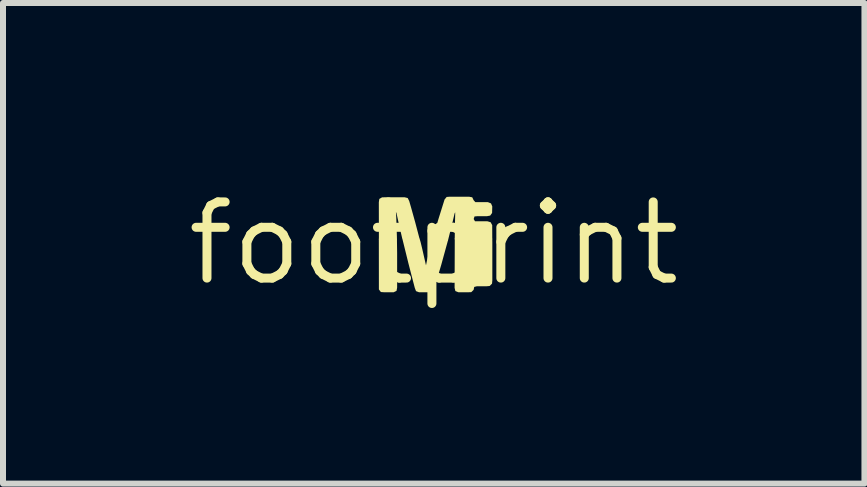
<source format=kicad_pcb>
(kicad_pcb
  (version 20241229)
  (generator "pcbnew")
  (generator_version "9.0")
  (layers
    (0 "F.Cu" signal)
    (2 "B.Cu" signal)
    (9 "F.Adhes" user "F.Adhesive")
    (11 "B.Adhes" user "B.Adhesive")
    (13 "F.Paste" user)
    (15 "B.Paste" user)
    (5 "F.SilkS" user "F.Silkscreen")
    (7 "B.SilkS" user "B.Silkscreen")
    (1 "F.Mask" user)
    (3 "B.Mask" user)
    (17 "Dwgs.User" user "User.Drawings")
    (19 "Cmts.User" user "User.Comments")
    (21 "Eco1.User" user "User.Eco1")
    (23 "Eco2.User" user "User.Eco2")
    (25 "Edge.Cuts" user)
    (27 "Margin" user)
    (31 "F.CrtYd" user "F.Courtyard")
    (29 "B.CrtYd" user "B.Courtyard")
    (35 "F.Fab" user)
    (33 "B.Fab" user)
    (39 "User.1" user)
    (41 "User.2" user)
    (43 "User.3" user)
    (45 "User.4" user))
  (footprint "footprint"
    (layer "F.Cu")
    (at 4.18 1.006)
    (property "Reference" "footprint" (at 0 0 0) (layer "F.SilkS") (effects (font (size 1.27 1.27) (thickness 0.15))))
    (fp_poly (pts (xy -0.613 -0.051) (xy -0.61 0.161) (xy -0.61 0.738) (xy -0.62 0.792) (xy -0.668 0.816) (xy -0.826 0.816) (xy -0.881 0.812) (xy -0.914 0.769) (xy -0.915 -0.076) (xy -0.646 -0.076)) (stroke (width 0) (type solid)) (fill yes) (layer "F.SilkS"))
    (fp_poly (pts (xy 0.389 -0.076) (xy 0.976 -0.076) (xy 0.977 -0.018) (xy 0.977 0.617) (xy 0.972 0.672) (xy 0.933 0.711) (xy 0.879 0.716) (xy 0.72 0.716) (xy 0.675 0.727) (xy 0.665 0.776) (xy 0.626 0.814) (xy 0.572 0.816) (xy 0.412 0.816) (xy 0.361 0.796) (xy 0.348 0.743) (xy 0.351 -0.082)) (stroke (width 0) (type solid)) (fill yes) (layer "F.SilkS"))
    (fp_poly (pts (xy -0.434 -0.755) (xy -0.409 -0.706) (xy -0.379 -0.603) (xy -0.308 -0.348) (xy -0.235 -0.071) (xy -0.274 -0.065) (xy -0.488 -0.065) (xy -0.527 -0.089) (xy -0.587 -0.35) (xy -0.621 -0.504) (xy -0.63 -0.522) (xy -0.625 -0.438) (xy -0.619 -0.279) (xy -0.614 -0.12) (xy -0.612 -0.044) (xy -0.888 -0.065) (xy -0.914 -0.065) (xy -0.915 -0.685) (xy -0.907 -0.74) (xy -0.86 -0.767) (xy -0.487 -0.768)) (stroke (width 0) (type solid)) (fill yes) (layer "F.SilkS"))
    (fp_poly (pts (xy -0.235 -0.075) (xy -0.219 -0.021) (xy -0.194 0.082) (xy -0.129 0.367) (xy -0.112 0.285) (xy -0.086 0.182) (xy -0.029 -0.023) (xy -0.011 -0.076) (xy 0.207 -0.076) (xy 0.239 -0.054) (xy 0.125 0.36) (xy 0.004 0.769) (xy -0.029 0.812) (xy -0.084 0.816) (xy -0.245 0.816) (xy -0.295 0.797) (xy -0.315 0.745) (xy -0.342 0.642) (xy -0.422 0.333) (xy -0.511 -0.028) (xy -0.527 -0.093)) (stroke (width 0) (type solid)) (fill yes) (layer "F.SilkS"))
    (fp_poly (pts (xy 0.642 -0.767) (xy 0.665 -0.719) (xy 0.694 -0.686) (xy 0.904 -0.686) (xy 0.955 -0.665) (xy 0.976 -0.615) (xy 0.973 -0.506) (xy 0.941 -0.462) (xy 0.887 -0.452) (xy 0.728 -0.452) (xy 0.68 -0.448) (xy 0.666 -0.405) (xy 0.688 -0.368) (xy 0.897 -0.367) (xy 0.949 -0.351) (xy 0.975 -0.303) (xy 0.976 -0.068) (xy 0.937 -0.066) (xy 0.35 -0.066) (xy 0.353 -0.282) (xy 0.358 -0.493) (xy 0.357 -0.518) (xy 0.347 -0.495) (xy 0.311 -0.341) (xy 0.236 -0.041) (xy 0.198 -0.066) (xy -0.012 -0.071) (xy -0.001 -0.128) (xy 0.009 -0.174) (xy 0.086 -0.428) (xy 0.181 -0.731) (xy 0.216 -0.773) (xy 0.27 -0.777) (xy 0.588 -0.777)) (stroke (width 0) (type solid)) (fill yes) (layer "F.SilkS")))
  (gr_rect
    (start -3 -3)
    (end 11.36 5.012)
    (stroke (width 0.1) (type default))
    (fill no)
    (layer "Edge.Cuts")))
</source>
